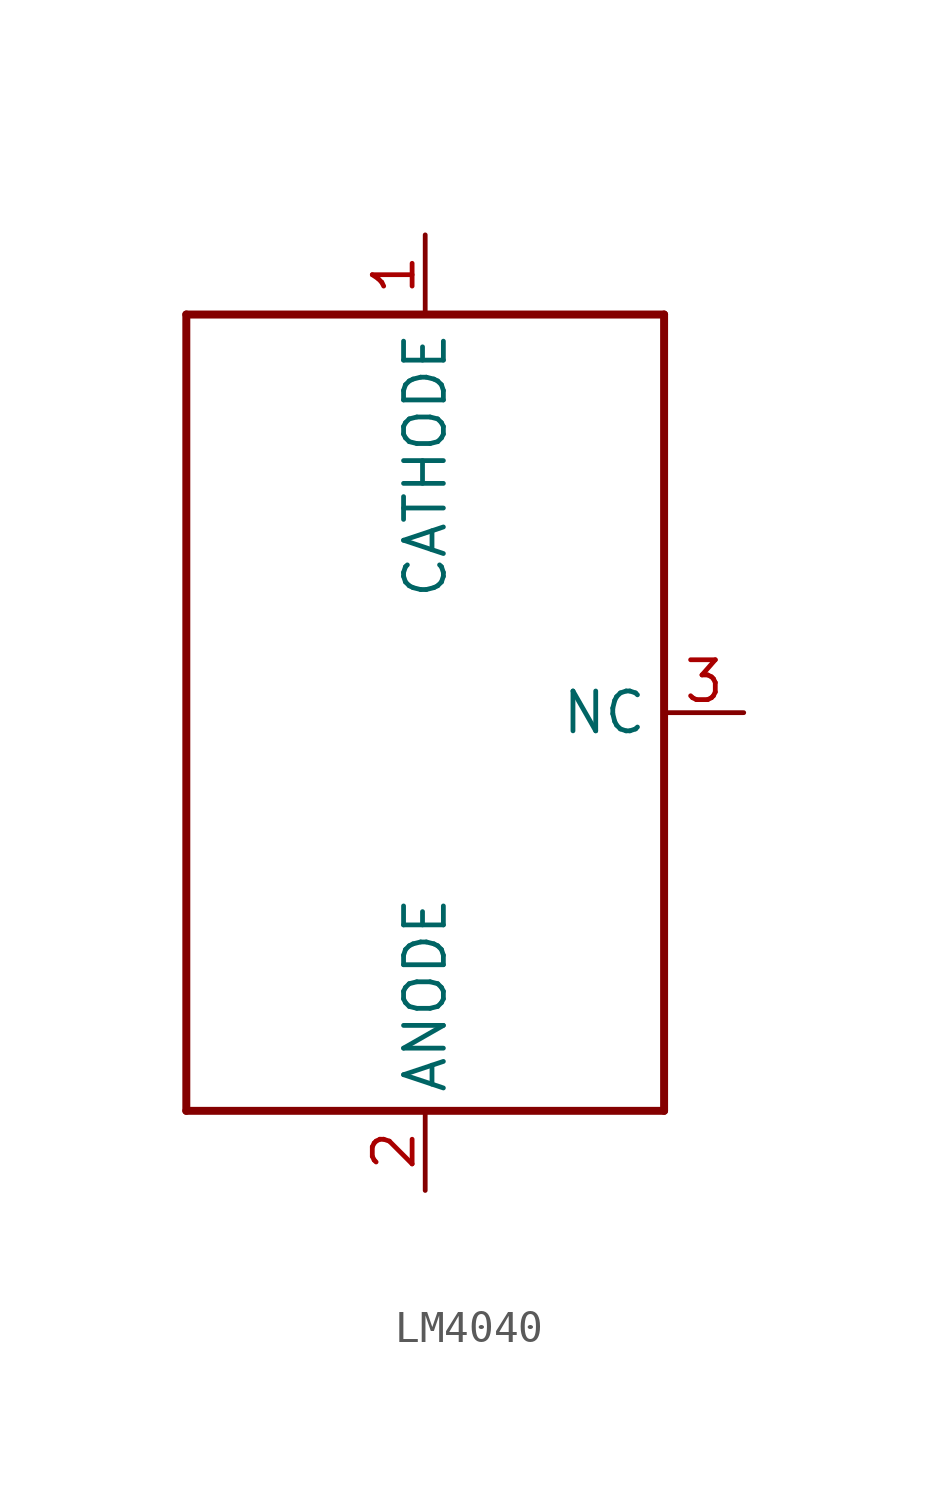
<source format=kicad_sym>
(kicad_symbol_lib
  (version 20211014)
  (generator kicad_symbol_editor)
  (symbol "LM4040"
    (property "Reference" "+2.5V_REF"
      (at 0 0 0)
      (effects (font (size 1.27 1.27)) hide))
    (property "ki_locked" ""
      (at 0 0 0)
      (effects (font (size 1.27 1.27))))
    (symbol "LM4040_1_0"
      (polyline (pts (xy -7.62 -12.7) (xy -7.62 12.7)) (stroke (width 0.254) (type default) (color 0 0 0 0)) (fill (type none)))
      (polyline (pts (xy -7.62 12.7) (xy 7.62 12.7)) (stroke (width 0.254) (type default) (color 0 0 0 0)) (fill (type none)))
      (polyline (pts (xy 7.62 -12.7) (xy -7.62 -12.7)) (stroke (width 0.254) (type default) (color 0 0 0 0)) (fill (type none)))
      (polyline (pts (xy 7.62 12.7) (xy 7.62 -12.7)) (stroke (width 0.254) (type default) (color 0 0 0 0)) (fill (type none)))
      (pin bidirectional line (at 0 15.24 270) (length 2.54) (name "CATHODE" (effects (font (size 1.27 1.27)))) (number "1" (effects (font (size 1.27 1.27)))))
      (pin output line (at 0 -15.24 90) (length 2.54) (name "ANODE" (effects (font (size 1.27 1.27)))) (number "2" (effects (font (size 1.27 1.27)))))
      (pin bidirectional line (at 10.16 0 180) (length 2.54) (name "NC" (effects (font (size 1.27 1.27)))) (number "3" (effects (font (size 1.27 1.27))))))))
</source>
